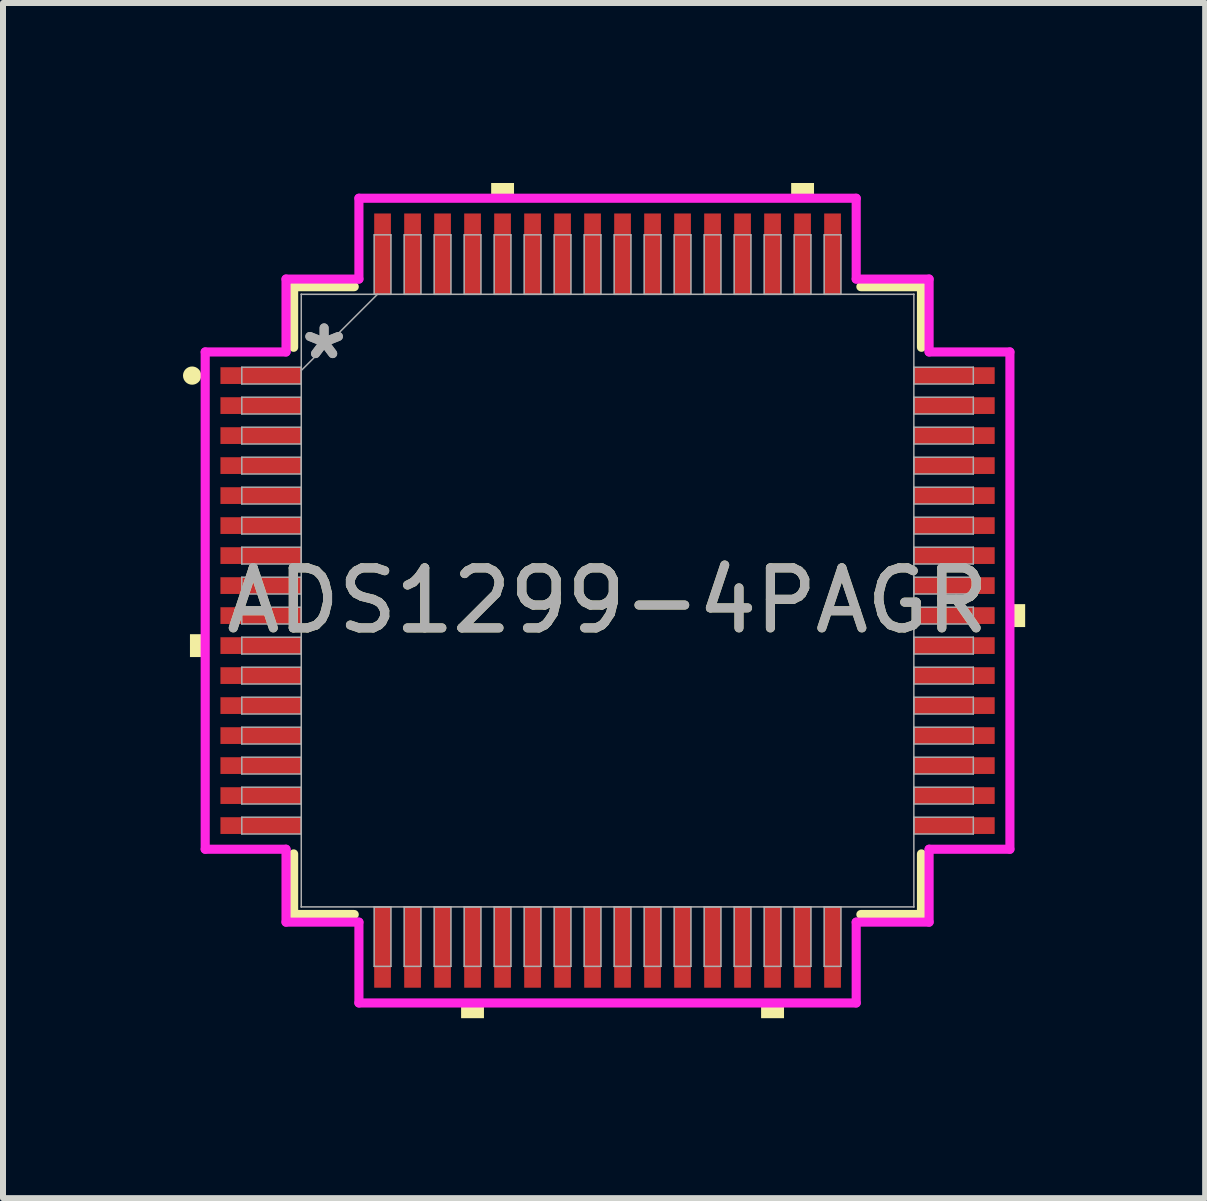
<source format=kicad_pcb>
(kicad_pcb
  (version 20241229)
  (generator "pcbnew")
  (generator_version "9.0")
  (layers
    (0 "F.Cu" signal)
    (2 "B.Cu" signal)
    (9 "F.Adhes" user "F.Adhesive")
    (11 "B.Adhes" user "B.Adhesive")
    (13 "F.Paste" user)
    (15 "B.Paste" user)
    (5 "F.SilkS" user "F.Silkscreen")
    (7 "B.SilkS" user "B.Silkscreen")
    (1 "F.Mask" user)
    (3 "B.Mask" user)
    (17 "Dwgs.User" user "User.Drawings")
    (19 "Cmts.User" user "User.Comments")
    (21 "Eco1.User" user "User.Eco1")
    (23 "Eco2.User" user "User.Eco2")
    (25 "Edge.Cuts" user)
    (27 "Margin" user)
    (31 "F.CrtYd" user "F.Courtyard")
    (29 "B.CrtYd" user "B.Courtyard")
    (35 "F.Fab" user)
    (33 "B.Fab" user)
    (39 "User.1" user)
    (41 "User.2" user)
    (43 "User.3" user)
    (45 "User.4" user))
  (footprint "ADS1299-4PAGR"
    (layer "F.Cu")
    (at 7.076 6.96)
    (property "Reference" "ADS1299-4PAGR" (at 0 0 0) (unlocked yes) (layer "F.SilkS") (effects (font (size 1 1) (thickness 0.15))))
    (attr smd)
    (fp_line (start -5.232 -5.232) (end -5.232 -4.222) (stroke (width 0.152) (type solid)) (layer "F.SilkS"))
    (fp_line (start -5.232 4.222) (end -5.232 5.232) (stroke (width 0.152) (type solid)) (layer "F.SilkS"))
    (fp_line (start -5.232 5.232) (end -4.222 5.232) (stroke (width 0.152) (type solid)) (layer "F.SilkS"))
    (fp_line (start -4.222 -5.232) (end -5.232 -5.232) (stroke (width 0.152) (type solid)) (layer "F.SilkS"))
    (fp_line (start 4.222 5.232) (end 5.232 5.232) (stroke (width 0.152) (type solid)) (layer "F.SilkS"))
    (fp_line (start 5.232 -5.232) (end 4.222 -5.232) (stroke (width 0.152) (type solid)) (layer "F.SilkS"))
    (fp_line (start 5.232 -4.222) (end 5.232 -5.232) (stroke (width 0.152) (type solid)) (layer "F.SilkS"))
    (fp_line (start 5.232 5.232) (end 5.232 4.222) (stroke (width 0.152) (type solid)) (layer "F.SilkS"))
    (fp_circle (center -6.924 -3.75) (end -6.848 -3.75) (stroke (width 0.152) (type solid)) (fill no) (layer "F.SilkS"))
    (fp_poly (pts (xy -6.96 0.56) (xy -6.96 0.941) (xy -6.706 0.941) (xy -6.706 0.56)) (stroke (width 0) (type solid)) (fill yes) (layer "F.SilkS"))
    (fp_poly (pts (xy -2.441 6.706) (xy -2.441 6.96) (xy -2.06 6.96) (xy -2.06 6.706)) (stroke (width 0) (type solid)) (fill yes) (layer "F.SilkS"))
    (fp_poly (pts (xy -1.94 -6.706) (xy -1.94 -6.96) (xy -1.559 -6.96) (xy -1.559 -6.706)) (stroke (width 0) (type solid)) (fill yes) (layer "F.SilkS"))
    (fp_poly (pts (xy 2.559 6.706) (xy 2.559 6.96) (xy 2.941 6.96) (xy 2.941 6.706)) (stroke (width 0) (type solid)) (fill yes) (layer "F.SilkS"))
    (fp_poly (pts (xy 3.06 -6.706) (xy 3.06 -6.96) (xy 3.441 -6.96) (xy 3.441 -6.706)) (stroke (width 0) (type solid)) (fill yes) (layer "F.SilkS"))
    (fp_poly (pts (xy 6.96 0.059) (xy 6.96 0.441) (xy 6.706 0.441) (xy 6.706 0.059)) (stroke (width 0) (type solid)) (fill yes) (layer "F.SilkS"))
    (fp_line (start -6.706 -4.144) (end -5.359 -4.144) (stroke (width 0.152) (type solid)) (layer "F.CrtYd"))
    (fp_line (start -6.706 4.144) (end -6.706 -4.144) (stroke (width 0.152) (type solid)) (layer "F.CrtYd"))
    (fp_line (start -5.359 -5.359) (end -4.144 -5.359) (stroke (width 0.152) (type solid)) (layer "F.CrtYd"))
    (fp_line (start -5.359 -4.144) (end -5.359 -5.359) (stroke (width 0.152) (type solid)) (layer "F.CrtYd"))
    (fp_line (start -5.359 4.144) (end -6.706 4.144) (stroke (width 0.152) (type solid)) (layer "F.CrtYd"))
    (fp_line (start -5.359 5.359) (end -5.359 4.144) (stroke (width 0.152) (type solid)) (layer "F.CrtYd"))
    (fp_line (start -5.359 5.359) (end -4.144 5.359) (stroke (width 0.152) (type solid)) (layer "F.CrtYd"))
    (fp_line (start -4.144 -6.706) (end 4.144 -6.706) (stroke (width 0.152) (type solid)) (layer "F.CrtYd"))
    (fp_line (start -4.144 -5.359) (end -4.144 -6.706) (stroke (width 0.152) (type solid)) (layer "F.CrtYd"))
    (fp_line (start -4.144 5.359) (end -4.144 6.706) (stroke (width 0.152) (type solid)) (layer "F.CrtYd"))
    (fp_line (start -4.144 6.706) (end 4.144 6.706) (stroke (width 0.152) (type solid)) (layer "F.CrtYd"))
    (fp_line (start 4.144 -6.706) (end 4.144 -5.359) (stroke (width 0.152) (type solid)) (layer "F.CrtYd"))
    (fp_line (start 4.144 -5.359) (end 5.359 -5.359) (stroke (width 0.152) (type solid)) (layer "F.CrtYd"))
    (fp_line (start 4.144 5.359) (end 5.359 5.359) (stroke (width 0.152) (type solid)) (layer "F.CrtYd"))
    (fp_line (start 4.144 6.706) (end 4.144 5.359) (stroke (width 0.152) (type solid)) (layer "F.CrtYd"))
    (fp_line (start 5.359 -4.144) (end 5.359 -5.359) (stroke (width 0.152) (type solid)) (layer "F.CrtYd"))
    (fp_line (start 5.359 4.144) (end 6.706 4.144) (stroke (width 0.152) (type solid)) (layer "F.CrtYd"))
    (fp_line (start 5.359 5.359) (end 5.359 4.144) (stroke (width 0.152) (type solid)) (layer "F.CrtYd"))
    (fp_line (start 6.706 -4.144) (end 5.359 -4.144) (stroke (width 0.152) (type solid)) (layer "F.CrtYd"))
    (fp_line (start 6.706 4.144) (end 6.706 -4.144) (stroke (width 0.152) (type solid)) (layer "F.CrtYd"))
    (fp_line (start -6.096 -3.89) (end -6.096 -3.61) (stroke (width 0.025) (type solid)) (layer "F.Fab"))
    (fp_line (start -6.096 -3.61) (end -5.105 -3.61) (stroke (width 0.025) (type solid)) (layer "F.Fab"))
    (fp_line (start -6.096 -3.39) (end -6.096 -3.11) (stroke (width 0.025) (type solid)) (layer "F.Fab"))
    (fp_line (start -6.096 -3.11) (end -5.105 -3.11) (stroke (width 0.025) (type solid)) (layer "F.Fab"))
    (fp_line (start -6.096 -2.89) (end -6.096 -2.61) (stroke (width 0.025) (type solid)) (layer "F.Fab"))
    (fp_line (start -6.096 -2.61) (end -5.105 -2.61) (stroke (width 0.025) (type solid)) (layer "F.Fab"))
    (fp_line (start -6.096 -2.39) (end -6.096 -2.11) (stroke (width 0.025) (type solid)) (layer "F.Fab"))
    (fp_line (start -6.096 -2.11) (end -5.105 -2.11) (stroke (width 0.025) (type solid)) (layer "F.Fab"))
    (fp_line (start -6.096 -1.89) (end -6.096 -1.61) (stroke (width 0.025) (type solid)) (layer "F.Fab"))
    (fp_line (start -6.096 -1.61) (end -5.105 -1.61) (stroke (width 0.025) (type solid)) (layer "F.Fab"))
    (fp_line (start -6.096 -1.39) (end -6.096 -1.11) (stroke (width 0.025) (type solid)) (layer "F.Fab"))
    (fp_line (start -6.096 -1.11) (end -5.105 -1.11) (stroke (width 0.025) (type solid)) (layer "F.Fab"))
    (fp_line (start -6.096 -0.89) (end -6.096 -0.61) (stroke (width 0.025) (type solid)) (layer "F.Fab"))
    (fp_line (start -6.096 -0.61) (end -5.105 -0.61) (stroke (width 0.025) (type solid)) (layer "F.Fab"))
    (fp_line (start -6.096 -0.39) (end -6.096 -0.11) (stroke (width 0.025) (type solid)) (layer "F.Fab"))
    (fp_line (start -6.096 -0.11) (end -5.105 -0.11) (stroke (width 0.025) (type solid)) (layer "F.Fab"))
    (fp_line (start -6.096 0.11) (end -6.096 0.39) (stroke (width 0.025) (type solid)) (layer "F.Fab"))
    (fp_line (start -6.096 0.39) (end -5.105 0.39) (stroke (width 0.025) (type solid)) (layer "F.Fab"))
    (fp_line (start -6.096 0.61) (end -6.096 0.89) (stroke (width 0.025) (type solid)) (layer "F.Fab"))
    (fp_line (start -6.096 0.89) (end -5.105 0.89) (stroke (width 0.025) (type solid)) (layer "F.Fab"))
    (fp_line (start -6.096 1.11) (end -6.096 1.39) (stroke (width 0.025) (type solid)) (layer "F.Fab"))
    (fp_line (start -6.096 1.39) (end -5.105 1.39) (stroke (width 0.025) (type solid)) (layer "F.Fab"))
    (fp_line (start -6.096 1.61) (end -6.096 1.89) (stroke (width 0.025) (type solid)) (layer "F.Fab"))
    (fp_line (start -6.096 1.89) (end -5.105 1.89) (stroke (width 0.025) (type solid)) (layer "F.Fab"))
    (fp_line (start -6.096 2.11) (end -6.096 2.39) (stroke (width 0.025) (type solid)) (layer "F.Fab"))
    (fp_line (start -6.096 2.39) (end -5.105 2.39) (stroke (width 0.025) (type solid)) (layer "F.Fab"))
    (fp_line (start -6.096 2.61) (end -6.096 2.89) (stroke (width 0.025) (type solid)) (layer "F.Fab"))
    (fp_line (start -6.096 2.89) (end -5.105 2.89) (stroke (width 0.025) (type solid)) (layer "F.Fab"))
    (fp_line (start -6.096 3.11) (end -6.096 3.39) (stroke (width 0.025) (type solid)) (layer "F.Fab"))
    (fp_line (start -6.096 3.39) (end -5.105 3.39) (stroke (width 0.025) (type solid)) (layer "F.Fab"))
    (fp_line (start -6.096 3.61) (end -6.096 3.89) (stroke (width 0.025) (type solid)) (layer "F.Fab"))
    (fp_line (start -6.096 3.89) (end -5.105 3.89) (stroke (width 0.025) (type solid)) (layer "F.Fab"))
    (fp_line (start -5.105 -5.105) (end -5.105 -5.105) (stroke (width 0.025) (type solid)) (layer "F.Fab"))
    (fp_line (start -5.105 -5.105) (end -5.105 5.105) (stroke (width 0.025) (type solid)) (layer "F.Fab"))
    (fp_line (start -5.105 -3.89) (end -6.096 -3.89) (stroke (width 0.025) (type solid)) (layer "F.Fab"))
    (fp_line (start -5.105 -3.835) (end -3.835 -5.105) (stroke (width 0.025) (type solid)) (layer "F.Fab"))
    (fp_line (start -5.105 -3.61) (end -5.105 -3.89) (stroke (width 0.025) (type solid)) (layer "F.Fab"))
    (fp_line (start -5.105 -3.39) (end -6.096 -3.39) (stroke (width 0.025) (type solid)) (layer "F.Fab"))
    (fp_line (start -5.105 -3.11) (end -5.105 -3.39) (stroke (width 0.025) (type solid)) (layer "F.Fab"))
    (fp_line (start -5.105 -2.89) (end -6.096 -2.89) (stroke (width 0.025) (type solid)) (layer "F.Fab"))
    (fp_line (start -5.105 -2.61) (end -5.105 -2.89) (stroke (width 0.025) (type solid)) (layer "F.Fab"))
    (fp_line (start -5.105 -2.39) (end -6.096 -2.39) (stroke (width 0.025) (type solid)) (layer "F.Fab"))
    (fp_line (start -5.105 -2.11) (end -5.105 -2.39) (stroke (width 0.025) (type solid)) (layer "F.Fab"))
    (fp_line (start -5.105 -1.89) (end -6.096 -1.89) (stroke (width 0.025) (type solid)) (layer "F.Fab"))
    (fp_line (start -5.105 -1.61) (end -5.105 -1.89) (stroke (width 0.025) (type solid)) (layer "F.Fab"))
    (fp_line (start -5.105 -1.39) (end -6.096 -1.39) (stroke (width 0.025) (type solid)) (layer "F.Fab"))
    (fp_line (start -5.105 -1.11) (end -5.105 -1.39) (stroke (width 0.025) (type solid)) (layer "F.Fab"))
    (fp_line (start -5.105 -0.89) (end -6.096 -0.89) (stroke (width 0.025) (type solid)) (layer "F.Fab"))
    (fp_line (start -5.105 -0.61) (end -5.105 -0.89) (stroke (width 0.025) (type solid)) (layer "F.Fab"))
    (fp_line (start -5.105 -0.39) (end -6.096 -0.39) (stroke (width 0.025) (type solid)) (layer "F.Fab"))
    (fp_line (start -5.105 -0.11) (end -5.105 -0.39) (stroke (width 0.025) (type solid)) (layer "F.Fab"))
    (fp_line (start -5.105 0.11) (end -6.096 0.11) (stroke (width 0.025) (type solid)) (layer "F.Fab"))
    (fp_line (start -5.105 0.39) (end -5.105 0.11) (stroke (width 0.025) (type solid)) (layer "F.Fab"))
    (fp_line (start -5.105 0.61) (end -6.096 0.61) (stroke (width 0.025) (type solid)) (layer "F.Fab"))
    (fp_line (start -5.105 0.89) (end -5.105 0.61) (stroke (width 0.025) (type solid)) (layer "F.Fab"))
    (fp_line (start -5.105 1.11) (end -6.096 1.11) (stroke (width 0.025) (type solid)) (layer "F.Fab"))
    (fp_line (start -5.105 1.39) (end -5.105 1.11) (stroke (width 0.025) (type solid)) (layer "F.Fab"))
    (fp_line (start -5.105 1.61) (end -6.096 1.61) (stroke (width 0.025) (type solid)) (layer "F.Fab"))
    (fp_line (start -5.105 1.89) (end -5.105 1.61) (stroke (width 0.025) (type solid)) (layer "F.Fab"))
    (fp_line (start -5.105 2.11) (end -6.096 2.11) (stroke (width 0.025) (type solid)) (layer "F.Fab"))
    (fp_line (start -5.105 2.39) (end -5.105 2.11) (stroke (width 0.025) (type solid)) (layer "F.Fab"))
    (fp_line (start -5.105 2.61) (end -6.096 2.61) (stroke (width 0.025) (type solid)) (layer "F.Fab"))
    (fp_line (start -5.105 2.89) (end -5.105 2.61) (stroke (width 0.025) (type solid)) (layer "F.Fab"))
    (fp_line (start -5.105 3.11) (end -6.096 3.11) (stroke (width 0.025) (type solid)) (layer "F.Fab"))
    (fp_line (start -5.105 3.39) (end -5.105 3.11) (stroke (width 0.025) (type solid)) (layer "F.Fab"))
    (fp_line (start -5.105 3.61) (end -6.096 3.61) (stroke (width 0.025) (type solid)) (layer "F.Fab"))
    (fp_line (start -5.105 3.89) (end -5.105 3.61) (stroke (width 0.025) (type solid)) (layer "F.Fab"))
    (fp_line (start -5.105 5.105) (end -5.105 5.105) (stroke (width 0.025) (type solid)) (layer "F.Fab"))
    (fp_line (start -5.105 5.105) (end 5.105 5.105) (stroke (width 0.025) (type solid)) (layer "F.Fab"))
    (fp_line (start -3.89 -6.096) (end -3.89 -5.105) (stroke (width 0.025) (type solid)) (layer "F.Fab"))
    (fp_line (start -3.89 -5.105) (end -3.61 -5.105) (stroke (width 0.025) (type solid)) (layer "F.Fab"))
    (fp_line (start -3.89 5.105) (end -3.89 6.096) (stroke (width 0.025) (type solid)) (layer "F.Fab"))
    (fp_line (start -3.89 6.096) (end -3.61 6.096) (stroke (width 0.025) (type solid)) (layer "F.Fab"))
    (fp_line (start -3.61 -6.096) (end -3.89 -6.096) (stroke (width 0.025) (type solid)) (layer "F.Fab"))
    (fp_line (start -3.61 -5.105) (end -3.61 -6.096) (stroke (width 0.025) (type solid)) (layer "F.Fab"))
    (fp_line (start -3.61 5.105) (end -3.89 5.105) (stroke (width 0.025) (type solid)) (layer "F.Fab"))
    (fp_line (start -3.61 6.096) (end -3.61 5.105) (stroke (width 0.025) (type solid)) (layer "F.Fab"))
    (fp_line (start -3.39 -6.096) (end -3.39 -5.105) (stroke (width 0.025) (type solid)) (layer "F.Fab"))
    (fp_line (start -3.39 -5.105) (end -3.11 -5.105) (stroke (width 0.025) (type solid)) (layer "F.Fab"))
    (fp_line (start -3.39 5.105) (end -3.39 6.096) (stroke (width 0.025) (type solid)) (layer "F.Fab"))
    (fp_line (start -3.39 6.096) (end -3.11 6.096) (stroke (width 0.025) (type solid)) (layer "F.Fab"))
    (fp_line (start -3.11 -6.096) (end -3.39 -6.096) (stroke (width 0.025) (type solid)) (layer "F.Fab"))
    (fp_line (start -3.11 -5.105) (end -3.11 -6.096) (stroke (width 0.025) (type solid)) (layer "F.Fab"))
    (fp_line (start -3.11 5.105) (end -3.39 5.105) (stroke (width 0.025) (type solid)) (layer "F.Fab"))
    (fp_line (start -3.11 6.096) (end -3.11 5.105) (stroke (width 0.025) (type solid)) (layer "F.Fab"))
    (fp_line (start -2.89 -6.096) (end -2.89 -5.105) (stroke (width 0.025) (type solid)) (layer "F.Fab"))
    (fp_line (start -2.89 -5.105) (end -2.61 -5.105) (stroke (width 0.025) (type solid)) (layer "F.Fab"))
    (fp_line (start -2.89 5.105) (end -2.89 6.096) (stroke (width 0.025) (type solid)) (layer "F.Fab"))
    (fp_line (start -2.89 6.096) (end -2.61 6.096) (stroke (width 0.025) (type solid)) (layer "F.Fab"))
    (fp_line (start -2.61 -6.096) (end -2.89 -6.096) (stroke (width 0.025) (type solid)) (layer "F.Fab"))
    (fp_line (start -2.61 -5.105) (end -2.61 -6.096) (stroke (width 0.025) (type solid)) (layer "F.Fab"))
    (fp_line (start -2.61 5.105) (end -2.89 5.105) (stroke (width 0.025) (type solid)) (layer "F.Fab"))
    (fp_line (start -2.61 6.096) (end -2.61 5.105) (stroke (width 0.025) (type solid)) (layer "F.Fab"))
    (fp_line (start -2.39 -6.096) (end -2.39 -5.105) (stroke (width 0.025) (type solid)) (layer "F.Fab"))
    (fp_line (start -2.39 -5.105) (end -2.11 -5.105) (stroke (width 0.025) (type solid)) (layer "F.Fab"))
    (fp_line (start -2.39 5.105) (end -2.39 6.096) (stroke (width 0.025) (type solid)) (layer "F.Fab"))
    (fp_line (start -2.39 6.096) (end -2.11 6.096) (stroke (width 0.025) (type solid)) (layer "F.Fab"))
    (fp_line (start -2.11 -6.096) (end -2.39 -6.096) (stroke (width 0.025) (type solid)) (layer "F.Fab"))
    (fp_line (start -2.11 -5.105) (end -2.11 -6.096) (stroke (width 0.025) (type solid)) (layer "F.Fab"))
    (fp_line (start -2.11 5.105) (end -2.39 5.105) (stroke (width 0.025) (type solid)) (layer "F.Fab"))
    (fp_line (start -2.11 6.096) (end -2.11 5.105) (stroke (width 0.025) (type solid)) (layer "F.Fab"))
    (fp_line (start -1.89 -6.096) (end -1.89 -5.105) (stroke (width 0.025) (type solid)) (layer "F.Fab"))
    (fp_line (start -1.89 -5.105) (end -1.61 -5.105) (stroke (width 0.025) (type solid)) (layer "F.Fab"))
    (fp_line (start -1.89 5.105) (end -1.89 6.096) (stroke (width 0.025) (type solid)) (layer "F.Fab"))
    (fp_line (start -1.89 6.096) (end -1.61 6.096) (stroke (width 0.025) (type solid)) (layer "F.Fab"))
    (fp_line (start -1.61 -6.096) (end -1.89 -6.096) (stroke (width 0.025) (type solid)) (layer "F.Fab"))
    (fp_line (start -1.61 -5.105) (end -1.61 -6.096) (stroke (width 0.025) (type solid)) (layer "F.Fab"))
    (fp_line (start -1.61 5.105) (end -1.89 5.105) (stroke (width 0.025) (type solid)) (layer "F.Fab"))
    (fp_line (start -1.61 6.096) (end -1.61 5.105) (stroke (width 0.025) (type solid)) (layer "F.Fab"))
    (fp_line (start -1.39 -6.096) (end -1.39 -5.105) (stroke (width 0.025) (type solid)) (layer "F.Fab"))
    (fp_line (start -1.39 -5.105) (end -1.11 -5.105) (stroke (width 0.025) (type solid)) (layer "F.Fab"))
    (fp_line (start -1.39 5.105) (end -1.39 6.096) (stroke (width 0.025) (type solid)) (layer "F.Fab"))
    (fp_line (start -1.39 6.096) (end -1.11 6.096) (stroke (width 0.025) (type solid)) (layer "F.Fab"))
    (fp_line (start -1.11 -6.096) (end -1.39 -6.096) (stroke (width 0.025) (type solid)) (layer "F.Fab"))
    (fp_line (start -1.11 -5.105) (end -1.11 -6.096) (stroke (width 0.025) (type solid)) (layer "F.Fab"))
    (fp_line (start -1.11 5.105) (end -1.39 5.105) (stroke (width 0.025) (type solid)) (layer "F.Fab"))
    (fp_line (start -1.11 6.096) (end -1.11 5.105) (stroke (width 0.025) (type solid)) (layer "F.Fab"))
    (fp_line (start -0.89 -6.096) (end -0.89 -5.105) (stroke (width 0.025) (type solid)) (layer "F.Fab"))
    (fp_line (start -0.89 -5.105) (end -0.61 -5.105) (stroke (width 0.025) (type solid)) (layer "F.Fab"))
    (fp_line (start -0.89 5.105) (end -0.89 6.096) (stroke (width 0.025) (type solid)) (layer "F.Fab"))
    (fp_line (start -0.89 6.096) (end -0.61 6.096) (stroke (width 0.025) (type solid)) (layer "F.Fab"))
    (fp_line (start -0.61 -6.096) (end -0.89 -6.096) (stroke (width 0.025) (type solid)) (layer "F.Fab"))
    (fp_line (start -0.61 -5.105) (end -0.61 -6.096) (stroke (width 0.025) (type solid)) (layer "F.Fab"))
    (fp_line (start -0.61 5.105) (end -0.89 5.105) (stroke (width 0.025) (type solid)) (layer "F.Fab"))
    (fp_line (start -0.61 6.096) (end -0.61 5.105) (stroke (width 0.025) (type solid)) (layer "F.Fab"))
    (fp_line (start -0.39 -6.096) (end -0.39 -5.105) (stroke (width 0.025) (type solid)) (layer "F.Fab"))
    (fp_line (start -0.39 -5.105) (end -0.11 -5.105) (stroke (width 0.025) (type solid)) (layer "F.Fab"))
    (fp_line (start -0.39 5.105) (end -0.39 6.096) (stroke (width 0.025) (type solid)) (layer "F.Fab"))
    (fp_line (start -0.39 6.096) (end -0.11 6.096) (stroke (width 0.025) (type solid)) (layer "F.Fab"))
    (fp_line (start -0.11 -6.096) (end -0.39 -6.096) (stroke (width 0.025) (type solid)) (layer "F.Fab"))
    (fp_line (start -0.11 -5.105) (end -0.11 -6.096) (stroke (width 0.025) (type solid)) (layer "F.Fab"))
    (fp_line (start -0.11 5.105) (end -0.39 5.105) (stroke (width 0.025) (type solid)) (layer "F.Fab"))
    (fp_line (start -0.11 6.096) (end -0.11 5.105) (stroke (width 0.025) (type solid)) (layer "F.Fab"))
    (fp_line (start 0.11 -6.096) (end 0.11 -5.105) (stroke (width 0.025) (type solid)) (layer "F.Fab"))
    (fp_line (start 0.11 -5.105) (end 0.39 -5.105) (stroke (width 0.025) (type solid)) (layer "F.Fab"))
    (fp_line (start 0.11 5.105) (end 0.11 6.096) (stroke (width 0.025) (type solid)) (layer "F.Fab"))
    (fp_line (start 0.11 6.096) (end 0.39 6.096) (stroke (width 0.025) (type solid)) (layer "F.Fab"))
    (fp_line (start 0.39 -6.096) (end 0.11 -6.096) (stroke (width 0.025) (type solid)) (layer "F.Fab"))
    (fp_line (start 0.39 -5.105) (end 0.39 -6.096) (stroke (width 0.025) (type solid)) (layer "F.Fab"))
    (fp_line (start 0.39 5.105) (end 0.11 5.105) (stroke (width 0.025) (type solid)) (layer "F.Fab"))
    (fp_line (start 0.39 6.096) (end 0.39 5.105) (stroke (width 0.025) (type solid)) (layer "F.Fab"))
    (fp_line (start 0.61 -6.096) (end 0.61 -5.105) (stroke (width 0.025) (type solid)) (layer "F.Fab"))
    (fp_line (start 0.61 -5.105) (end 0.89 -5.105) (stroke (width 0.025) (type solid)) (layer "F.Fab"))
    (fp_line (start 0.61 5.105) (end 0.61 6.096) (stroke (width 0.025) (type solid)) (layer "F.Fab"))
    (fp_line (start 0.61 6.096) (end 0.89 6.096) (stroke (width 0.025) (type solid)) (layer "F.Fab"))
    (fp_line (start 0.89 -6.096) (end 0.61 -6.096) (stroke (width 0.025) (type solid)) (layer "F.Fab"))
    (fp_line (start 0.89 -5.105) (end 0.89 -6.096) (stroke (width 0.025) (type solid)) (layer "F.Fab"))
    (fp_line (start 0.89 5.105) (end 0.61 5.105) (stroke (width 0.025) (type solid)) (layer "F.Fab"))
    (fp_line (start 0.89 6.096) (end 0.89 5.105) (stroke (width 0.025) (type solid)) (layer "F.Fab"))
    (fp_line (start 1.11 -6.096) (end 1.11 -5.105) (stroke (width 0.025) (type solid)) (layer "F.Fab"))
    (fp_line (start 1.11 -5.105) (end 1.39 -5.105) (stroke (width 0.025) (type solid)) (layer "F.Fab"))
    (fp_line (start 1.11 5.105) (end 1.11 6.096) (stroke (width 0.025) (type solid)) (layer "F.Fab"))
    (fp_line (start 1.11 6.096) (end 1.39 6.096) (stroke (width 0.025) (type solid)) (layer "F.Fab"))
    (fp_line (start 1.39 -6.096) (end 1.11 -6.096) (stroke (width 0.025) (type solid)) (layer "F.Fab"))
    (fp_line (start 1.39 -5.105) (end 1.39 -6.096) (stroke (width 0.025) (type solid)) (layer "F.Fab"))
    (fp_line (start 1.39 5.105) (end 1.11 5.105) (stroke (width 0.025) (type solid)) (layer "F.Fab"))
    (fp_line (start 1.39 6.096) (end 1.39 5.105) (stroke (width 0.025) (type solid)) (layer "F.Fab"))
    (fp_line (start 1.61 -6.096) (end 1.61 -5.105) (stroke (width 0.025) (type solid)) (layer "F.Fab"))
    (fp_line (start 1.61 -5.105) (end 1.89 -5.105) (stroke (width 0.025) (type solid)) (layer "F.Fab"))
    (fp_line (start 1.61 5.105) (end 1.61 6.096) (stroke (width 0.025) (type solid)) (layer "F.Fab"))
    (fp_line (start 1.61 6.096) (end 1.89 6.096) (stroke (width 0.025) (type solid)) (layer "F.Fab"))
    (fp_line (start 1.89 -6.096) (end 1.61 -6.096) (stroke (width 0.025) (type solid)) (layer "F.Fab"))
    (fp_line (start 1.89 -5.105) (end 1.89 -6.096) (stroke (width 0.025) (type solid)) (layer "F.Fab"))
    (fp_line (start 1.89 5.105) (end 1.61 5.105) (stroke (width 0.025) (type solid)) (layer "F.Fab"))
    (fp_line (start 1.89 6.096) (end 1.89 5.105) (stroke (width 0.025) (type solid)) (layer "F.Fab"))
    (fp_line (start 2.11 -6.096) (end 2.11 -5.105) (stroke (width 0.025) (type solid)) (layer "F.Fab"))
    (fp_line (start 2.11 -5.105) (end 2.39 -5.105) (stroke (width 0.025) (type solid)) (layer "F.Fab"))
    (fp_line (start 2.11 5.105) (end 2.11 6.096) (stroke (width 0.025) (type solid)) (layer "F.Fab"))
    (fp_line (start 2.11 6.096) (end 2.39 6.096) (stroke (width 0.025) (type solid)) (layer "F.Fab"))
    (fp_line (start 2.39 -6.096) (end 2.11 -6.096) (stroke (width 0.025) (type solid)) (layer "F.Fab"))
    (fp_line (start 2.39 -5.105) (end 2.39 -6.096) (stroke (width 0.025) (type solid)) (layer "F.Fab"))
    (fp_line (start 2.39 5.105) (end 2.11 5.105) (stroke (width 0.025) (type solid)) (layer "F.Fab"))
    (fp_line (start 2.39 6.096) (end 2.39 5.105) (stroke (width 0.025) (type solid)) (layer "F.Fab"))
    (fp_line (start 2.61 -6.096) (end 2.61 -5.105) (stroke (width 0.025) (type solid)) (layer "F.Fab"))
    (fp_line (start 2.61 -5.105) (end 2.89 -5.105) (stroke (width 0.025) (type solid)) (layer "F.Fab"))
    (fp_line (start 2.61 5.105) (end 2.61 6.096) (stroke (width 0.025) (type solid)) (layer "F.Fab"))
    (fp_line (start 2.61 6.096) (end 2.89 6.096) (stroke (width 0.025) (type solid)) (layer "F.Fab"))
    (fp_line (start 2.89 -6.096) (end 2.61 -6.096) (stroke (width 0.025) (type solid)) (layer "F.Fab"))
    (fp_line (start 2.89 -5.105) (end 2.89 -6.096) (stroke (width 0.025) (type solid)) (layer "F.Fab"))
    (fp_line (start 2.89 5.105) (end 2.61 5.105) (stroke (width 0.025) (type solid)) (layer "F.Fab"))
    (fp_line (start 2.89 6.096) (end 2.89 5.105) (stroke (width 0.025) (type solid)) (layer "F.Fab"))
    (fp_line (start 3.11 -6.096) (end 3.11 -5.105) (stroke (width 0.025) (type solid)) (layer "F.Fab"))
    (fp_line (start 3.11 -5.105) (end 3.39 -5.105) (stroke (width 0.025) (type solid)) (layer "F.Fab"))
    (fp_line (start 3.11 5.105) (end 3.11 6.096) (stroke (width 0.025) (type solid)) (layer "F.Fab"))
    (fp_line (start 3.11 6.096) (end 3.39 6.096) (stroke (width 0.025) (type solid)) (layer "F.Fab"))
    (fp_line (start 3.39 -6.096) (end 3.11 -6.096) (stroke (width 0.025) (type solid)) (layer "F.Fab"))
    (fp_line (start 3.39 -5.105) (end 3.39 -6.096) (stroke (width 0.025) (type solid)) (layer "F.Fab"))
    (fp_line (start 3.39 5.105) (end 3.11 5.105) (stroke (width 0.025) (type solid)) (layer "F.Fab"))
    (fp_line (start 3.39 6.096) (end 3.39 5.105) (stroke (width 0.025) (type solid)) (layer "F.Fab"))
    (fp_line (start 3.61 -6.096) (end 3.61 -5.105) (stroke (width 0.025) (type solid)) (layer "F.Fab"))
    (fp_line (start 3.61 -5.105) (end 3.89 -5.105) (stroke (width 0.025) (type solid)) (layer "F.Fab"))
    (fp_line (start 3.61 5.105) (end 3.61 6.096) (stroke (width 0.025) (type solid)) (layer "F.Fab"))
    (fp_line (start 3.61 6.096) (end 3.89 6.096) (stroke (width 0.025) (type solid)) (layer "F.Fab"))
    (fp_line (start 3.89 -6.096) (end 3.61 -6.096) (stroke (width 0.025) (type solid)) (layer "F.Fab"))
    (fp_line (start 3.89 -5.105) (end 3.89 -6.096) (stroke (width 0.025) (type solid)) (layer "F.Fab"))
    (fp_line (start 3.89 5.105) (end 3.61 5.105) (stroke (width 0.025) (type solid)) (layer "F.Fab"))
    (fp_line (start 3.89 6.096) (end 3.89 5.105) (stroke (width 0.025) (type solid)) (layer "F.Fab"))
    (fp_line (start 5.105 -5.105) (end -5.105 -5.105) (stroke (width 0.025) (type solid)) (layer "F.Fab"))
    (fp_line (start 5.105 -5.105) (end 5.105 -5.105) (stroke (width 0.025) (type solid)) (layer "F.Fab"))
    (fp_line (start 5.105 -3.89) (end 5.105 -3.61) (stroke (width 0.025) (type solid)) (layer "F.Fab"))
    (fp_line (start 5.105 -3.61) (end 6.096 -3.61) (stroke (width 0.025) (type solid)) (layer "F.Fab"))
    (fp_line (start 5.105 -3.39) (end 5.105 -3.11) (stroke (width 0.025) (type solid)) (layer "F.Fab"))
    (fp_line (start 5.105 -3.11) (end 6.096 -3.11) (stroke (width 0.025) (type solid)) (layer "F.Fab"))
    (fp_line (start 5.105 -2.89) (end 5.105 -2.61) (stroke (width 0.025) (type solid)) (layer "F.Fab"))
    (fp_line (start 5.105 -2.61) (end 6.096 -2.61) (stroke (width 0.025) (type solid)) (layer "F.Fab"))
    (fp_line (start 5.105 -2.39) (end 5.105 -2.11) (stroke (width 0.025) (type solid)) (layer "F.Fab"))
    (fp_line (start 5.105 -2.11) (end 6.096 -2.11) (stroke (width 0.025) (type solid)) (layer "F.Fab"))
    (fp_line (start 5.105 -1.89) (end 5.105 -1.61) (stroke (width 0.025) (type solid)) (layer "F.Fab"))
    (fp_line (start 5.105 -1.61) (end 6.096 -1.61) (stroke (width 0.025) (type solid)) (layer "F.Fab"))
    (fp_line (start 5.105 -1.39) (end 5.105 -1.11) (stroke (width 0.025) (type solid)) (layer "F.Fab"))
    (fp_line (start 5.105 -1.11) (end 6.096 -1.11) (stroke (width 0.025) (type solid)) (layer "F.Fab"))
    (fp_line (start 5.105 -0.89) (end 5.105 -0.61) (stroke (width 0.025) (type solid)) (layer "F.Fab"))
    (fp_line (start 5.105 -0.61) (end 6.096 -0.61) (stroke (width 0.025) (type solid)) (layer "F.Fab"))
    (fp_line (start 5.105 -0.39) (end 5.105 -0.11) (stroke (width 0.025) (type solid)) (layer "F.Fab"))
    (fp_line (start 5.105 -0.11) (end 6.096 -0.11) (stroke (width 0.025) (type solid)) (layer "F.Fab"))
    (fp_line (start 5.105 0.11) (end 5.105 0.39) (stroke (width 0.025) (type solid)) (layer "F.Fab"))
    (fp_line (start 5.105 0.39) (end 6.096 0.39) (stroke (width 0.025) (type solid)) (layer "F.Fab"))
    (fp_line (start 5.105 0.61) (end 5.105 0.89) (stroke (width 0.025) (type solid)) (layer "F.Fab"))
    (fp_line (start 5.105 0.89) (end 6.096 0.89) (stroke (width 0.025) (type solid)) (layer "F.Fab"))
    (fp_line (start 5.105 1.11) (end 5.105 1.39) (stroke (width 0.025) (type solid)) (layer "F.Fab"))
    (fp_line (start 5.105 1.39) (end 6.096 1.39) (stroke (width 0.025) (type solid)) (layer "F.Fab"))
    (fp_line (start 5.105 1.61) (end 5.105 1.89) (stroke (width 0.025) (type solid)) (layer "F.Fab"))
    (fp_line (start 5.105 1.89) (end 6.096 1.89) (stroke (width 0.025) (type solid)) (layer "F.Fab"))
    (fp_line (start 5.105 2.11) (end 5.105 2.39) (stroke (width 0.025) (type solid)) (layer "F.Fab"))
    (fp_line (start 5.105 2.39) (end 6.096 2.39) (stroke (width 0.025) (type solid)) (layer "F.Fab"))
    (fp_line (start 5.105 2.61) (end 5.105 2.89) (stroke (width 0.025) (type solid)) (layer "F.Fab"))
    (fp_line (start 5.105 2.89) (end 6.096 2.89) (stroke (width 0.025) (type solid)) (layer "F.Fab"))
    (fp_line (start 5.105 3.11) (end 5.105 3.39) (stroke (width 0.025) (type solid)) (layer "F.Fab"))
    (fp_line (start 5.105 3.39) (end 6.096 3.39) (stroke (width 0.025) (type solid)) (layer "F.Fab"))
    (fp_line (start 5.105 3.61) (end 5.105 3.89) (stroke (width 0.025) (type solid)) (layer "F.Fab"))
    (fp_line (start 5.105 3.89) (end 6.096 3.89) (stroke (width 0.025) (type solid)) (layer "F.Fab"))
    (fp_line (start 5.105 5.105) (end 5.105 -5.105) (stroke (width 0.025) (type solid)) (layer "F.Fab"))
    (fp_line (start 5.105 5.105) (end 5.105 5.105) (stroke (width 0.025) (type solid)) (layer "F.Fab"))
    (fp_line (start 6.096 -3.89) (end 5.105 -3.89) (stroke (width 0.025) (type solid)) (layer "F.Fab"))
    (fp_line (start 6.096 -3.61) (end 6.096 -3.89) (stroke (width 0.025) (type solid)) (layer "F.Fab"))
    (fp_line (start 6.096 -3.39) (end 5.105 -3.39) (stroke (width 0.025) (type solid)) (layer "F.Fab"))
    (fp_line (start 6.096 -3.11) (end 6.096 -3.39) (stroke (width 0.025) (type solid)) (layer "F.Fab"))
    (fp_line (start 6.096 -2.89) (end 5.105 -2.89) (stroke (width 0.025) (type solid)) (layer "F.Fab"))
    (fp_line (start 6.096 -2.61) (end 6.096 -2.89) (stroke (width 0.025) (type solid)) (layer "F.Fab"))
    (fp_line (start 6.096 -2.39) (end 5.105 -2.39) (stroke (width 0.025) (type solid)) (layer "F.Fab"))
    (fp_line (start 6.096 -2.11) (end 6.096 -2.39) (stroke (width 0.025) (type solid)) (layer "F.Fab"))
    (fp_line (start 6.096 -1.89) (end 5.105 -1.89) (stroke (width 0.025) (type solid)) (layer "F.Fab"))
    (fp_line (start 6.096 -1.61) (end 6.096 -1.89) (stroke (width 0.025) (type solid)) (layer "F.Fab"))
    (fp_line (start 6.096 -1.39) (end 5.105 -1.39) (stroke (width 0.025) (type solid)) (layer "F.Fab"))
    (fp_line (start 6.096 -1.11) (end 6.096 -1.39) (stroke (width 0.025) (type solid)) (layer "F.Fab"))
    (fp_line (start 6.096 -0.89) (end 5.105 -0.89) (stroke (width 0.025) (type solid)) (layer "F.Fab"))
    (fp_line (start 6.096 -0.61) (end 6.096 -0.89) (stroke (width 0.025) (type solid)) (layer "F.Fab"))
    (fp_line (start 6.096 -0.39) (end 5.105 -0.39) (stroke (width 0.025) (type solid)) (layer "F.Fab"))
    (fp_line (start 6.096 -0.11) (end 6.096 -0.39) (stroke (width 0.025) (type solid)) (layer "F.Fab"))
    (fp_line (start 6.096 0.11) (end 5.105 0.11) (stroke (width 0.025) (type solid)) (layer "F.Fab"))
    (fp_line (start 6.096 0.39) (end 6.096 0.11) (stroke (width 0.025) (type solid)) (layer "F.Fab"))
    (fp_line (start 6.096 0.61) (end 5.105 0.61) (stroke (width 0.025) (type solid)) (layer "F.Fab"))
    (fp_line (start 6.096 0.89) (end 6.096 0.61) (stroke (width 0.025) (type solid)) (layer "F.Fab"))
    (fp_line (start 6.096 1.11) (end 5.105 1.11) (stroke (width 0.025) (type solid)) (layer "F.Fab"))
    (fp_line (start 6.096 1.39) (end 6.096 1.11) (stroke (width 0.025) (type solid)) (layer "F.Fab"))
    (fp_line (start 6.096 1.61) (end 5.105 1.61) (stroke (width 0.025) (type solid)) (layer "F.Fab"))
    (fp_line (start 6.096 1.89) (end 6.096 1.61) (stroke (width 0.025) (type solid)) (layer "F.Fab"))
    (fp_line (start 6.096 2.11) (end 5.105 2.11) (stroke (width 0.025) (type solid)) (layer "F.Fab"))
    (fp_line (start 6.096 2.39) (end 6.096 2.11) (stroke (width 0.025) (type solid)) (layer "F.Fab"))
    (fp_line (start 6.096 2.61) (end 5.105 2.61) (stroke (width 0.025) (type solid)) (layer "F.Fab"))
    (fp_line (start 6.096 2.89) (end 6.096 2.61) (stroke (width 0.025) (type solid)) (layer "F.Fab"))
    (fp_line (start 6.096 3.11) (end 5.105 3.11) (stroke (width 0.025) (type solid)) (layer "F.Fab"))
    (fp_line (start 6.096 3.39) (end 6.096 3.11) (stroke (width 0.025) (type solid)) (layer "F.Fab"))
    (fp_line (start 6.096 3.61) (end 5.105 3.61) (stroke (width 0.025) (type solid)) (layer "F.Fab"))
    (fp_line (start 6.096 3.89) (end 6.096 3.61) (stroke (width 0.025) (type solid)) (layer "F.Fab"))
    (fp_text user "*" (at -4.724 -4 0) (layer "F.Fab") (effects (font (size 1 1) (thickness 0.15))))
    (fp_text user "*" (at -4.724 -4 0) (unlocked yes) (layer "F.Fab") (effects (font (size 1 1) (thickness 0.15))))
    (fp_text user "${REFERENCE}" (at 0 0 0) (unlocked yes) (layer "F.Fab") (effects (font (size 1 1) (thickness 0.15))))
    (pad "1" smd rect (at -5.779 -3.75 90) (size 0.279 1.346) (layers "F.Cu" "F.Mask" "F.Paste"))
    (pad "2" smd rect (at -5.779 -3.25 90) (size 0.279 1.346) (layers "F.Cu" "F.Mask" "F.Paste"))
    (pad "3" smd rect (at -5.779 -2.75 90) (size 0.279 1.346) (layers "F.Cu" "F.Mask" "F.Paste"))
    (pad "4" smd rect (at -5.779 -2.25 90) (size 0.279 1.346) (layers "F.Cu" "F.Mask" "F.Paste"))
    (pad "5" smd rect (at -5.779 -1.75 90) (size 0.279 1.346) (layers "F.Cu" "F.Mask" "F.Paste"))
    (pad "6" smd rect (at -5.779 -1.25 90) (size 0.279 1.346) (layers "F.Cu" "F.Mask" "F.Paste"))
    (pad "7" smd rect (at -5.779 -0.75 90) (size 0.279 1.346) (layers "F.Cu" "F.Mask" "F.Paste"))
    (pad "8" smd rect (at -5.779 -0.25 90) (size 0.279 1.346) (layers "F.Cu" "F.Mask" "F.Paste"))
    (pad "9" smd rect (at -5.779 0.25 90) (size 0.279 1.346) (layers "F.Cu" "F.Mask" "F.Paste"))
    (pad "10" smd rect (at -5.779 0.75 90) (size 0.279 1.346) (layers "F.Cu" "F.Mask" "F.Paste"))
    (pad "11" smd rect (at -5.779 1.25 90) (size 0.279 1.346) (layers "F.Cu" "F.Mask" "F.Paste"))
    (pad "12" smd rect (at -5.779 1.75 90) (size 0.279 1.346) (layers "F.Cu" "F.Mask" "F.Paste"))
    (pad "13" smd rect (at -5.779 2.25 90) (size 0.279 1.346) (layers "F.Cu" "F.Mask" "F.Paste"))
    (pad "14" smd rect (at -5.779 2.75 90) (size 0.279 1.346) (layers "F.Cu" "F.Mask" "F.Paste"))
    (pad "15" smd rect (at -5.779 3.25 90) (size 0.279 1.346) (layers "F.Cu" "F.Mask" "F.Paste"))
    (pad "16" smd rect (at -5.779 3.75 90) (size 0.279 1.346) (layers "F.Cu" "F.Mask" "F.Paste"))
    (pad "17" smd rect (at -3.75 5.779) (size 0.279 1.346) (layers "F.Cu" "F.Mask" "F.Paste"))
    (pad "18" smd rect (at -3.25 5.779) (size 0.279 1.346) (layers "F.Cu" "F.Mask" "F.Paste"))
    (pad "19" smd rect (at -2.75 5.779) (size 0.279 1.346) (layers "F.Cu" "F.Mask" "F.Paste"))
    (pad "20" smd rect (at -2.25 5.779) (size 0.279 1.346) (layers "F.Cu" "F.Mask" "F.Paste"))
    (pad "21" smd rect (at -1.75 5.779) (size 0.279 1.346) (layers "F.Cu" "F.Mask" "F.Paste"))
    (pad "22" smd rect (at -1.25 5.779) (size 0.279 1.346) (layers "F.Cu" "F.Mask" "F.Paste"))
    (pad "23" smd rect (at -0.75 5.779) (size 0.279 1.346) (layers "F.Cu" "F.Mask" "F.Paste"))
    (pad "24" smd rect (at -0.25 5.779) (size 0.279 1.346) (layers "F.Cu" "F.Mask" "F.Paste"))
    (pad "25" smd rect (at 0.25 5.779) (size 0.279 1.346) (layers "F.Cu" "F.Mask" "F.Paste"))
    (pad "26" smd rect (at 0.75 5.779) (size 0.279 1.346) (layers "F.Cu" "F.Mask" "F.Paste"))
    (pad "27" smd rect (at 1.25 5.779) (size 0.279 1.346) (layers "F.Cu" "F.Mask" "F.Paste"))
    (pad "28" smd rect (at 1.75 5.779) (size 0.279 1.346) (layers "F.Cu" "F.Mask" "F.Paste"))
    (pad "29" smd rect (at 2.25 5.779) (size 0.279 1.346) (layers "F.Cu" "F.Mask" "F.Paste"))
    (pad "30" smd rect (at 2.75 5.779) (size 0.279 1.346) (layers "F.Cu" "F.Mask" "F.Paste"))
    (pad "31" smd rect (at 3.25 5.779) (size 0.279 1.346) (layers "F.Cu" "F.Mask" "F.Paste"))
    (pad "32" smd rect (at 3.75 5.779) (size 0.279 1.346) (layers "F.Cu" "F.Mask" "F.Paste"))
    (pad "33" smd rect (at 5.779 3.75 90) (size 0.279 1.346) (layers "F.Cu" "F.Mask" "F.Paste"))
    (pad "34" smd rect (at 5.779 3.25 90) (size 0.279 1.346) (layers "F.Cu" "F.Mask" "F.Paste"))
    (pad "35" smd rect (at 5.779 2.75 90) (size 0.279 1.346) (layers "F.Cu" "F.Mask" "F.Paste"))
    (pad "36" smd rect (at 5.779 2.25 90) (size 0.279 1.346) (layers "F.Cu" "F.Mask" "F.Paste"))
    (pad "37" smd rect (at 5.779 1.75 90) (size 0.279 1.346) (layers "F.Cu" "F.Mask" "F.Paste"))
    (pad "38" smd rect (at 5.779 1.25 90) (size 0.279 1.346) (layers "F.Cu" "F.Mask" "F.Paste"))
    (pad "39" smd rect (at 5.779 0.75 90) (size 0.279 1.346) (layers "F.Cu" "F.Mask" "F.Paste"))
    (pad "40" smd rect (at 5.779 0.25 90) (size 0.279 1.346) (layers "F.Cu" "F.Mask" "F.Paste"))
    (pad "41" smd rect (at 5.779 -0.25 90) (size 0.279 1.346) (layers "F.Cu" "F.Mask" "F.Paste"))
    (pad "42" smd rect (at 5.779 -0.75 90) (size 0.279 1.346) (layers "F.Cu" "F.Mask" "F.Paste"))
    (pad "43" smd rect (at 5.779 -1.25 90) (size 0.279 1.346) (layers "F.Cu" "F.Mask" "F.Paste"))
    (pad "44" smd rect (at 5.779 -1.75 90) (size 0.279 1.346) (layers "F.Cu" "F.Mask" "F.Paste"))
    (pad "45" smd rect (at 5.779 -2.25 90) (size 0.279 1.346) (layers "F.Cu" "F.Mask" "F.Paste"))
    (pad "46" smd rect (at 5.779 -2.75 90) (size 0.279 1.346) (layers "F.Cu" "F.Mask" "F.Paste"))
    (pad "47" smd rect (at 5.779 -3.25 90) (size 0.279 1.346) (layers "F.Cu" "F.Mask" "F.Paste"))
    (pad "48" smd rect (at 5.779 -3.75 90) (size 0.279 1.346) (layers "F.Cu" "F.Mask" "F.Paste"))
    (pad "49" smd rect (at 3.75 -5.779) (size 0.279 1.346) (layers "F.Cu" "F.Mask" "F.Paste"))
    (pad "50" smd rect (at 3.25 -5.779) (size 0.279 1.346) (layers "F.Cu" "F.Mask" "F.Paste"))
    (pad "51" smd rect (at 2.75 -5.779) (size 0.279 1.346) (layers "F.Cu" "F.Mask" "F.Paste"))
    (pad "52" smd rect (at 2.25 -5.779) (size 0.279 1.346) (layers "F.Cu" "F.Mask" "F.Paste"))
    (pad "53" smd rect (at 1.75 -5.779) (size 0.279 1.346) (layers "F.Cu" "F.Mask" "F.Paste"))
    (pad "54" smd rect (at 1.25 -5.779) (size 0.279 1.346) (layers "F.Cu" "F.Mask" "F.Paste"))
    (pad "55" smd rect (at 0.75 -5.779) (size 0.279 1.346) (layers "F.Cu" "F.Mask" "F.Paste"))
    (pad "56" smd rect (at 0.25 -5.779) (size 0.279 1.346) (layers "F.Cu" "F.Mask" "F.Paste"))
    (pad "57" smd rect (at -0.25 -5.779) (size 0.279 1.346) (layers "F.Cu" "F.Mask" "F.Paste"))
    (pad "58" smd rect (at -0.75 -5.779) (size 0.279 1.346) (layers "F.Cu" "F.Mask" "F.Paste"))
    (pad "59" smd rect (at -1.25 -5.779) (size 0.279 1.346) (layers "F.Cu" "F.Mask" "F.Paste"))
    (pad "60" smd rect (at -1.75 -5.779) (size 0.279 1.346) (layers "F.Cu" "F.Mask" "F.Paste"))
    (pad "61" smd rect (at -2.25 -5.779) (size 0.279 1.346) (layers "F.Cu" "F.Mask" "F.Paste"))
    (pad "62" smd rect (at -2.75 -5.779) (size 0.279 1.346) (layers "F.Cu" "F.Mask" "F.Paste"))
    (pad "63" smd rect (at -3.25 -5.779) (size 0.279 1.346) (layers "F.Cu" "F.Mask" "F.Paste"))
    (pad "64" smd rect (at -3.75 -5.779) (size 0.279 1.346) (layers "F.Cu" "F.Mask" "F.Paste")))
  (gr_rect
    (start -3 -3)
    (end 17.036 16.919)
    (stroke (width 0.1) (type default))
    (fill no)
    (layer "Edge.Cuts")))
</source>
